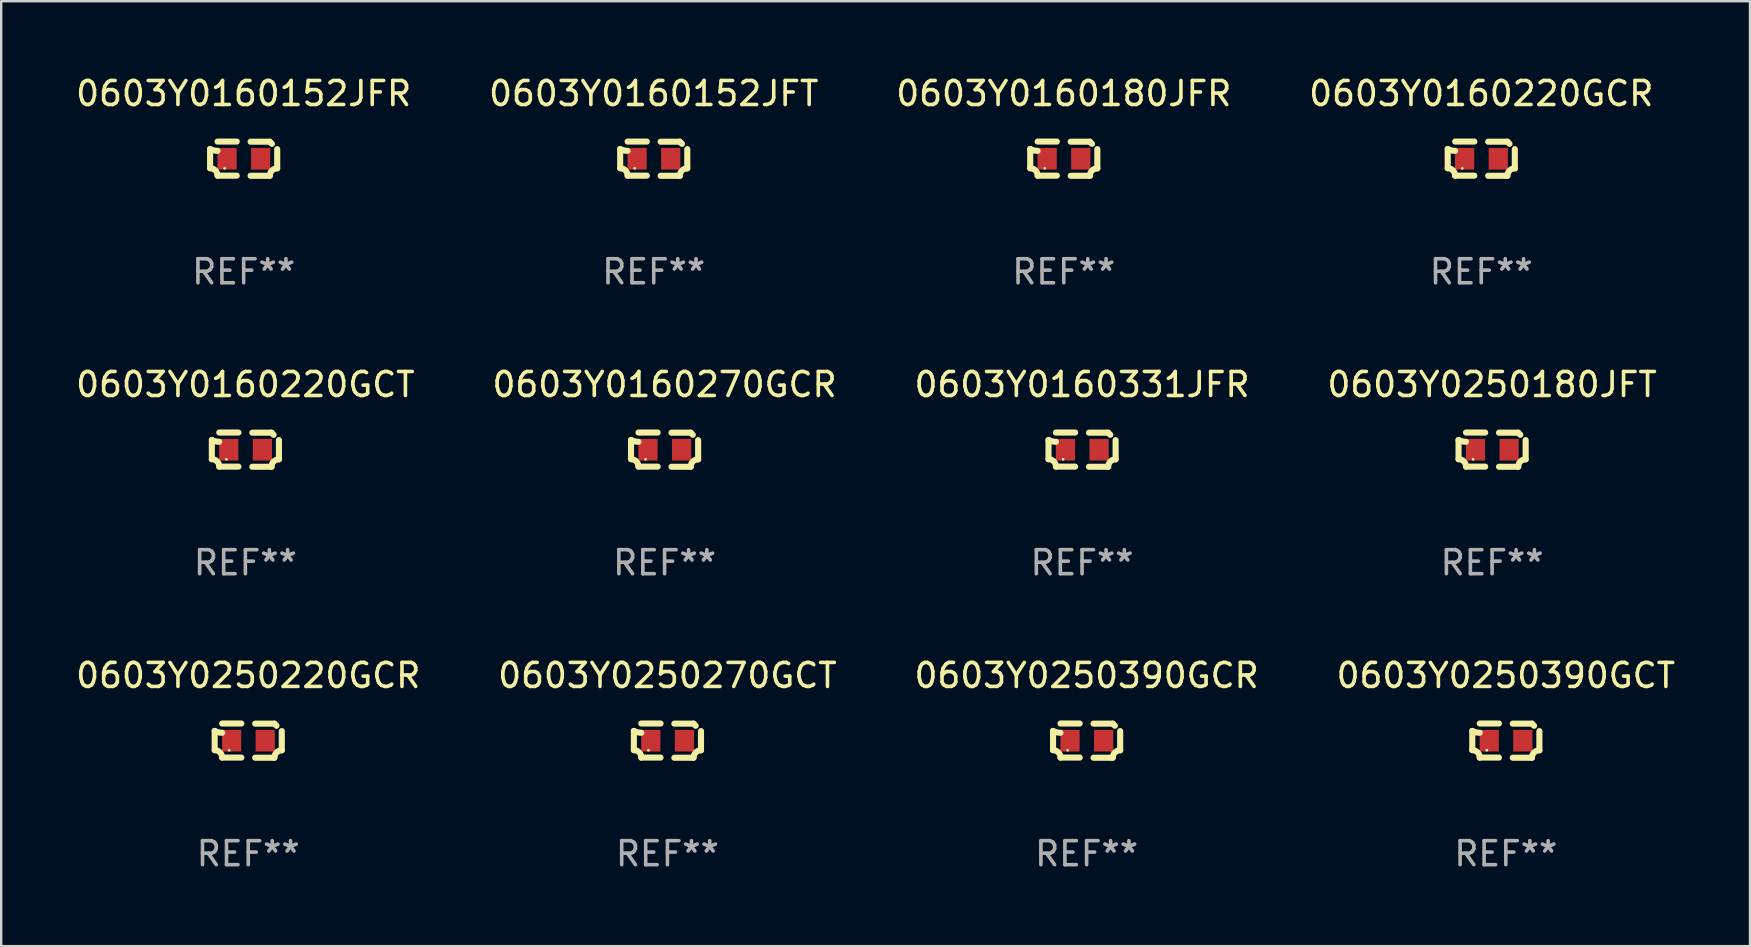
<source format=kicad_pcb>
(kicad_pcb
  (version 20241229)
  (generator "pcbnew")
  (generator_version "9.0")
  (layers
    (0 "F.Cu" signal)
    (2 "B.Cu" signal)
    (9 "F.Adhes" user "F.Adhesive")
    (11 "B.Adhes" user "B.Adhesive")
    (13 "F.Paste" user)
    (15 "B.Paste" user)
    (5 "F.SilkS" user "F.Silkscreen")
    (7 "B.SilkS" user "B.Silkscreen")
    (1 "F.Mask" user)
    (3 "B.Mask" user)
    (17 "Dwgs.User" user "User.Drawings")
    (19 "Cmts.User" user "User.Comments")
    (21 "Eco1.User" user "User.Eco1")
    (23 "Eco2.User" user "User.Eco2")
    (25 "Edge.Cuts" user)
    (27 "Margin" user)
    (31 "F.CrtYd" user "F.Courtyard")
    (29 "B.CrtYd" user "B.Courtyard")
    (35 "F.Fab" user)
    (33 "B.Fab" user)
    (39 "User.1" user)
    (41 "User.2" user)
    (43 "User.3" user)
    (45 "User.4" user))
  (footprint "0603Y0250390GCT"
    (layer "F.Cu")
    (at 59.685 27.805)
    (property "Reference" "0603Y0250390GCT" (at 0 -2.713 0) (layer "F.SilkS") (effects (font (size 1 1) (thickness 0.15))))
    (attr through_hole)
    (fp_line (start -1.398 -0.403) (end -1.398 0.397) (stroke (width 0.254) (type solid)) (layer "F.SilkS"))
    (fp_line (start -0.288 -0.713) (end -1.088 -0.713) (stroke (width 0.254) (type solid)) (layer "F.SilkS"))
    (fp_line (start -0.288 0.707) (end -1.088 0.707) (stroke (width 0.254) (type solid)) (layer "F.SilkS"))
    (fp_line (start 0.288 -0.707) (end 1.088 -0.707) (stroke (width 0.254) (type solid)) (layer "F.SilkS"))
    (fp_line (start 0.288 0.713) (end 1.088 0.713) (stroke (width 0.254) (type solid)) (layer "F.SilkS"))
    (fp_line (start 1.398 -0.397) (end 1.398 0.403) (stroke (width 0.254) (type solid)) (layer "F.SilkS"))
    (fp_arc (start -1.397789 0.397066) (mid -1.178701 0.487826) (end -1.08796 0.706922) (stroke (width 0.254001) (type solid)) (layer "F.SilkS"))
    (fp_arc (start -1.08796 -0.327176) (mid -1.247436 -0.346384) (end -1.39779 -0.402908) (stroke (width 0.254001) (type solid)) (layer "F.SilkS"))
    (fp_arc (start 1.087909 0.712738) (mid 1.178656 0.493655) (end 1.397739 0.402908) (stroke (width 0.254001) (type solid)) (layer "F.SilkS"))
    (fp_arc (start 1.175925 -0.618926) (mid 1.131917 -0.662923) (end 1.08791 -0.706922) (stroke (width 0.254001) (type solid)) (layer "F.SilkS"))
    (fp_circle (center -0.792 0.403) (end -0.762 0.403) (stroke (width 0.06) (type solid)) (fill no) (layer "F.SilkS"))
    (fp_text user "REF**" (at 0 4.713 0) (layer "F.Fab") (effects (font (size 1 1) (thickness 0.15))))
    (pad "1" smd rect (at -0.692 0.003) (size 0.8 0.9) (layers "F.Cu" "F.Mask" "F.Paste"))
    (pad "2" smd rect (at 0.708 0.003) (size 0.8 0.9) (layers "F.Cu" "F.Mask" "F.Paste")))
  (footprint "0603Y0160270GCR"
    (layer "F.Cu")
    (at 24.637 15.683)
    (property "Reference" "0603Y0160270GCR" (at 0 -2.713 0) (layer "F.SilkS") (effects (font (size 1 1) (thickness 0.15))))
    (attr through_hole)
    (fp_line (start -1.398 -0.403) (end -1.398 0.397) (stroke (width 0.254) (type solid)) (layer "F.SilkS"))
    (fp_line (start -0.288 -0.713) (end -1.088 -0.713) (stroke (width 0.254) (type solid)) (layer "F.SilkS"))
    (fp_line (start -0.288 0.707) (end -1.088 0.707) (stroke (width 0.254) (type solid)) (layer "F.SilkS"))
    (fp_line (start 0.288 -0.707) (end 1.088 -0.707) (stroke (width 0.254) (type solid)) (layer "F.SilkS"))
    (fp_line (start 0.288 0.713) (end 1.088 0.713) (stroke (width 0.254) (type solid)) (layer "F.SilkS"))
    (fp_line (start 1.398 -0.397) (end 1.398 0.403) (stroke (width 0.254) (type solid)) (layer "F.SilkS"))
    (fp_arc (start -1.397789 0.397066) (mid -1.178701 0.487826) (end -1.08796 0.706922) (stroke (width 0.254001) (type solid)) (layer "F.SilkS"))
    (fp_arc (start -1.08796 -0.327176) (mid -1.247436 -0.346384) (end -1.39779 -0.402908) (stroke (width 0.254001) (type solid)) (layer "F.SilkS"))
    (fp_arc (start 1.087909 0.712738) (mid 1.178656 0.493655) (end 1.397739 0.402908) (stroke (width 0.254001) (type solid)) (layer "F.SilkS"))
    (fp_arc (start 1.175925 -0.618926) (mid 1.131917 -0.662923) (end 1.08791 -0.706922) (stroke (width 0.254001) (type solid)) (layer "F.SilkS"))
    (fp_circle (center -0.792 0.403) (end -0.762 0.403) (stroke (width 0.06) (type solid)) (fill no) (layer "F.SilkS"))
    (fp_text user "REF**" (at 0 4.713 0) (layer "F.Fab") (effects (font (size 1 1) (thickness 0.15))))
    (pad "1" smd rect (at -0.692 0.003) (size 0.8 0.9) (layers "F.Cu" "F.Mask" "F.Paste"))
    (pad "2" smd rect (at 0.708 0.003) (size 0.8 0.9) (layers "F.Cu" "F.Mask" "F.Paste")))
  (footprint "0603Y0250180JFT"
    (layer "F.Cu")
    (at 59.113 15.683)
    (property "Reference" "0603Y0250180JFT" (at 0 -2.713 0) (layer "F.SilkS") (effects (font (size 1 1) (thickness 0.15))))
    (attr through_hole)
    (fp_line (start -1.398 -0.403) (end -1.398 0.397) (stroke (width 0.254) (type solid)) (layer "F.SilkS"))
    (fp_line (start -0.288 -0.713) (end -1.088 -0.713) (stroke (width 0.254) (type solid)) (layer "F.SilkS"))
    (fp_line (start -0.288 0.707) (end -1.088 0.707) (stroke (width 0.254) (type solid)) (layer "F.SilkS"))
    (fp_line (start 0.288 -0.707) (end 1.088 -0.707) (stroke (width 0.254) (type solid)) (layer "F.SilkS"))
    (fp_line (start 0.288 0.713) (end 1.088 0.713) (stroke (width 0.254) (type solid)) (layer "F.SilkS"))
    (fp_line (start 1.398 -0.397) (end 1.398 0.403) (stroke (width 0.254) (type solid)) (layer "F.SilkS"))
    (fp_arc (start -1.397789 0.397066) (mid -1.178701 0.487826) (end -1.08796 0.706922) (stroke (width 0.254001) (type solid)) (layer "F.SilkS"))
    (fp_arc (start -1.08796 -0.327176) (mid -1.247436 -0.346384) (end -1.39779 -0.402908) (stroke (width 0.254001) (type solid)) (layer "F.SilkS"))
    (fp_arc (start 1.087909 0.712738) (mid 1.178656 0.493655) (end 1.397739 0.402908) (stroke (width 0.254001) (type solid)) (layer "F.SilkS"))
    (fp_arc (start 1.175925 -0.618926) (mid 1.131917 -0.662923) (end 1.08791 -0.706922) (stroke (width 0.254001) (type solid)) (layer "F.SilkS"))
    (fp_circle (center -0.792 0.403) (end -0.762 0.403) (stroke (width 0.06) (type solid)) (fill no) (layer "F.SilkS"))
    (fp_text user "REF**" (at 0 4.713 0) (layer "F.Fab") (effects (font (size 1 1) (thickness 0.15))))
    (pad "1" smd rect (at -0.692 0.003) (size 0.8 0.9) (layers "F.Cu" "F.Mask" "F.Paste"))
    (pad "2" smd rect (at 0.708 0.003) (size 0.8 0.9) (layers "F.Cu" "F.Mask" "F.Paste")))
  (footprint "0603Y0250390GCR"
    (layer "F.Cu")
    (at 42.22 27.805)
    (property "Reference" "0603Y0250390GCR" (at 0 -2.713 0) (layer "F.SilkS") (effects (font (size 1 1) (thickness 0.15))))
    (attr through_hole)
    (fp_line (start -1.398 -0.403) (end -1.398 0.397) (stroke (width 0.254) (type solid)) (layer "F.SilkS"))
    (fp_line (start -0.288 -0.713) (end -1.088 -0.713) (stroke (width 0.254) (type solid)) (layer "F.SilkS"))
    (fp_line (start -0.288 0.707) (end -1.088 0.707) (stroke (width 0.254) (type solid)) (layer "F.SilkS"))
    (fp_line (start 0.288 -0.707) (end 1.088 -0.707) (stroke (width 0.254) (type solid)) (layer "F.SilkS"))
    (fp_line (start 0.288 0.713) (end 1.088 0.713) (stroke (width 0.254) (type solid)) (layer "F.SilkS"))
    (fp_line (start 1.398 -0.397) (end 1.398 0.403) (stroke (width 0.254) (type solid)) (layer "F.SilkS"))
    (fp_arc (start -1.397789 0.397066) (mid -1.178701 0.487826) (end -1.08796 0.706922) (stroke (width 0.254001) (type solid)) (layer "F.SilkS"))
    (fp_arc (start -1.08796 -0.327176) (mid -1.247436 -0.346384) (end -1.39779 -0.402908) (stroke (width 0.254001) (type solid)) (layer "F.SilkS"))
    (fp_arc (start 1.087909 0.712738) (mid 1.178656 0.493655) (end 1.397739 0.402908) (stroke (width 0.254001) (type solid)) (layer "F.SilkS"))
    (fp_arc (start 1.175925 -0.618926) (mid 1.131917 -0.662923) (end 1.08791 -0.706922) (stroke (width 0.254001) (type solid)) (layer "F.SilkS"))
    (fp_circle (center -0.792 0.403) (end -0.762 0.403) (stroke (width 0.06) (type solid)) (fill no) (layer "F.SilkS"))
    (fp_text user "REF**" (at 0 4.713 0) (layer "F.Fab") (effects (font (size 1 1) (thickness 0.15))))
    (pad "1" smd rect (at -0.692 0.003) (size 0.8 0.9) (layers "F.Cu" "F.Mask" "F.Paste"))
    (pad "2" smd rect (at 0.708 0.003) (size 0.8 0.9) (layers "F.Cu" "F.Mask" "F.Paste")))
  (footprint "0603Y0250270GCT"
    (layer "F.Cu")
    (at 24.756 27.805)
    (property "Reference" "0603Y0250270GCT" (at 0 -2.713 0) (layer "F.SilkS") (effects (font (size 1 1) (thickness 0.15))))
    (attr through_hole)
    (fp_line (start -1.398 -0.403) (end -1.398 0.397) (stroke (width 0.254) (type solid)) (layer "F.SilkS"))
    (fp_line (start -0.288 -0.713) (end -1.088 -0.713) (stroke (width 0.254) (type solid)) (layer "F.SilkS"))
    (fp_line (start -0.288 0.707) (end -1.088 0.707) (stroke (width 0.254) (type solid)) (layer "F.SilkS"))
    (fp_line (start 0.288 -0.707) (end 1.088 -0.707) (stroke (width 0.254) (type solid)) (layer "F.SilkS"))
    (fp_line (start 0.288 0.713) (end 1.088 0.713) (stroke (width 0.254) (type solid)) (layer "F.SilkS"))
    (fp_line (start 1.398 -0.397) (end 1.398 0.403) (stroke (width 0.254) (type solid)) (layer "F.SilkS"))
    (fp_arc (start -1.397789 0.397066) (mid -1.178701 0.487826) (end -1.08796 0.706922) (stroke (width 0.254001) (type solid)) (layer "F.SilkS"))
    (fp_arc (start -1.08796 -0.327176) (mid -1.247436 -0.346384) (end -1.39779 -0.402908) (stroke (width 0.254001) (type solid)) (layer "F.SilkS"))
    (fp_arc (start 1.087909 0.712738) (mid 1.178656 0.493655) (end 1.397739 0.402908) (stroke (width 0.254001) (type solid)) (layer "F.SilkS"))
    (fp_arc (start 1.175925 -0.618926) (mid 1.131917 -0.662923) (end 1.08791 -0.706922) (stroke (width 0.254001) (type solid)) (layer "F.SilkS"))
    (fp_circle (center -0.792 0.403) (end -0.762 0.403) (stroke (width 0.06) (type solid)) (fill no) (layer "F.SilkS"))
    (fp_text user "REF**" (at 0 4.713 0) (layer "F.Fab") (effects (font (size 1 1) (thickness 0.15))))
    (pad "1" smd rect (at -0.692 0.003) (size 0.8 0.9) (layers "F.Cu" "F.Mask" "F.Paste"))
    (pad "2" smd rect (at 0.708 0.003) (size 0.8 0.9) (layers "F.Cu" "F.Mask" "F.Paste")))
  (footprint "0603Y0160180JFR"
    (layer "F.Cu")
    (at 41.268 3.561)
    (property "Reference" "0603Y0160180JFR" (at 0 -2.713 0) (layer "F.SilkS") (effects (font (size 1 1) (thickness 0.15))))
    (attr through_hole)
    (fp_line (start -1.398 -0.403) (end -1.398 0.397) (stroke (width 0.254) (type solid)) (layer "F.SilkS"))
    (fp_line (start -0.288 -0.713) (end -1.088 -0.713) (stroke (width 0.254) (type solid)) (layer "F.SilkS"))
    (fp_line (start -0.288 0.707) (end -1.088 0.707) (stroke (width 0.254) (type solid)) (layer "F.SilkS"))
    (fp_line (start 0.288 -0.707) (end 1.088 -0.707) (stroke (width 0.254) (type solid)) (layer "F.SilkS"))
    (fp_line (start 0.288 0.713) (end 1.088 0.713) (stroke (width 0.254) (type solid)) (layer "F.SilkS"))
    (fp_line (start 1.398 -0.397) (end 1.398 0.403) (stroke (width 0.254) (type solid)) (layer "F.SilkS"))
    (fp_arc (start -1.397789 0.397066) (mid -1.178701 0.487826) (end -1.08796 0.706922) (stroke (width 0.254001) (type solid)) (layer "F.SilkS"))
    (fp_arc (start -1.08796 -0.327176) (mid -1.247436 -0.346384) (end -1.39779 -0.402908) (stroke (width 0.254001) (type solid)) (layer "F.SilkS"))
    (fp_arc (start 1.087909 0.712738) (mid 1.178656 0.493655) (end 1.397739 0.402908) (stroke (width 0.254001) (type solid)) (layer "F.SilkS"))
    (fp_arc (start 1.175925 -0.618926) (mid 1.131917 -0.662923) (end 1.08791 -0.706922) (stroke (width 0.254001) (type solid)) (layer "F.SilkS"))
    (fp_circle (center -0.792 0.403) (end -0.762 0.403) (stroke (width 0.06) (type solid)) (fill no) (layer "F.SilkS"))
    (fp_text user "REF**" (at 0 4.713 0) (layer "F.Fab") (effects (font (size 1 1) (thickness 0.15))))
    (pad "1" smd rect (at -0.692 0.003) (size 0.8 0.9) (layers "F.Cu" "F.Mask" "F.Paste"))
    (pad "2" smd rect (at 0.708 0.003) (size 0.8 0.9) (layers "F.Cu" "F.Mask" "F.Paste")))
  (footprint "0603Y0250220GCR"
    (layer "F.Cu")
    (at 7.292 27.805)
    (property "Reference" "0603Y0250220GCR" (at 0 -2.713 0) (layer "F.SilkS") (effects (font (size 1 1) (thickness 0.15))))
    (attr through_hole)
    (fp_line (start -1.398 -0.403) (end -1.398 0.397) (stroke (width 0.254) (type solid)) (layer "F.SilkS"))
    (fp_line (start -0.288 -0.713) (end -1.088 -0.713) (stroke (width 0.254) (type solid)) (layer "F.SilkS"))
    (fp_line (start -0.288 0.707) (end -1.088 0.707) (stroke (width 0.254) (type solid)) (layer "F.SilkS"))
    (fp_line (start 0.288 -0.707) (end 1.088 -0.707) (stroke (width 0.254) (type solid)) (layer "F.SilkS"))
    (fp_line (start 0.288 0.713) (end 1.088 0.713) (stroke (width 0.254) (type solid)) (layer "F.SilkS"))
    (fp_line (start 1.398 -0.397) (end 1.398 0.403) (stroke (width 0.254) (type solid)) (layer "F.SilkS"))
    (fp_arc (start -1.397789 0.397066) (mid -1.178701 0.487826) (end -1.08796 0.706922) (stroke (width 0.254001) (type solid)) (layer "F.SilkS"))
    (fp_arc (start -1.08796 -0.327176) (mid -1.247436 -0.346384) (end -1.39779 -0.402908) (stroke (width 0.254001) (type solid)) (layer "F.SilkS"))
    (fp_arc (start 1.087909 0.712738) (mid 1.178656 0.493655) (end 1.397739 0.402908) (stroke (width 0.254001) (type solid)) (layer "F.SilkS"))
    (fp_arc (start 1.175925 -0.618926) (mid 1.131917 -0.662923) (end 1.08791 -0.706922) (stroke (width 0.254001) (type solid)) (layer "F.SilkS"))
    (fp_circle (center -0.792 0.403) (end -0.762 0.403) (stroke (width 0.06) (type solid)) (fill no) (layer "F.SilkS"))
    (fp_text user "REF**" (at 0 4.713 0) (layer "F.Fab") (effects (font (size 1 1) (thickness 0.15))))
    (pad "1" smd rect (at -0.692 0.003) (size 0.8 0.9) (layers "F.Cu" "F.Mask" "F.Paste"))
    (pad "2" smd rect (at 0.708 0.003) (size 0.8 0.9) (layers "F.Cu" "F.Mask" "F.Paste")))
  (footprint "0603Y0160331JFR"
    (layer "F.Cu")
    (at 42.03 15.683)
    (property "Reference" "0603Y0160331JFR" (at 0 -2.713 0) (layer "F.SilkS") (effects (font (size 1 1) (thickness 0.15))))
    (attr through_hole)
    (fp_line (start -1.398 -0.403) (end -1.398 0.397) (stroke (width 0.254) (type solid)) (layer "F.SilkS"))
    (fp_line (start -0.288 -0.713) (end -1.088 -0.713) (stroke (width 0.254) (type solid)) (layer "F.SilkS"))
    (fp_line (start -0.288 0.707) (end -1.088 0.707) (stroke (width 0.254) (type solid)) (layer "F.SilkS"))
    (fp_line (start 0.288 -0.707) (end 1.088 -0.707) (stroke (width 0.254) (type solid)) (layer "F.SilkS"))
    (fp_line (start 0.288 0.713) (end 1.088 0.713) (stroke (width 0.254) (type solid)) (layer "F.SilkS"))
    (fp_line (start 1.398 -0.397) (end 1.398 0.403) (stroke (width 0.254) (type solid)) (layer "F.SilkS"))
    (fp_arc (start -1.397789 0.397066) (mid -1.178701 0.487826) (end -1.08796 0.706922) (stroke (width 0.254001) (type solid)) (layer "F.SilkS"))
    (fp_arc (start -1.08796 -0.327176) (mid -1.247436 -0.346384) (end -1.39779 -0.402908) (stroke (width 0.254001) (type solid)) (layer "F.SilkS"))
    (fp_arc (start 1.087909 0.712738) (mid 1.178656 0.493655) (end 1.397739 0.402908) (stroke (width 0.254001) (type solid)) (layer "F.SilkS"))
    (fp_arc (start 1.175925 -0.618926) (mid 1.131917 -0.662923) (end 1.08791 -0.706922) (stroke (width 0.254001) (type solid)) (layer "F.SilkS"))
    (fp_circle (center -0.792 0.403) (end -0.762 0.403) (stroke (width 0.06) (type solid)) (fill no) (layer "F.SilkS"))
    (fp_text user "REF**" (at 0 4.713 0) (layer "F.Fab") (effects (font (size 1 1) (thickness 0.15))))
    (pad "1" smd rect (at -0.692 0.003) (size 0.8 0.9) (layers "F.Cu" "F.Mask" "F.Paste"))
    (pad "2" smd rect (at 0.708 0.003) (size 0.8 0.9) (layers "F.Cu" "F.Mask" "F.Paste")))
  (footprint "0603Y0160152JFR"
    (layer "F.Cu")
    (at 7.101 3.561)
    (property "Reference" "0603Y0160152JFR" (at 0 -2.713 0) (layer "F.SilkS") (effects (font (size 1 1) (thickness 0.15))))
    (attr through_hole)
    (fp_line (start -1.398 -0.403) (end -1.398 0.397) (stroke (width 0.254) (type solid)) (layer "F.SilkS"))
    (fp_line (start -0.288 -0.713) (end -1.088 -0.713) (stroke (width 0.254) (type solid)) (layer "F.SilkS"))
    (fp_line (start -0.288 0.707) (end -1.088 0.707) (stroke (width 0.254) (type solid)) (layer "F.SilkS"))
    (fp_line (start 0.288 -0.707) (end 1.088 -0.707) (stroke (width 0.254) (type solid)) (layer "F.SilkS"))
    (fp_line (start 0.288 0.713) (end 1.088 0.713) (stroke (width 0.254) (type solid)) (layer "F.SilkS"))
    (fp_line (start 1.398 -0.397) (end 1.398 0.403) (stroke (width 0.254) (type solid)) (layer "F.SilkS"))
    (fp_arc (start -1.397789 0.397066) (mid -1.178701 0.487826) (end -1.08796 0.706922) (stroke (width 0.254001) (type solid)) (layer "F.SilkS"))
    (fp_arc (start -1.08796 -0.327176) (mid -1.247436 -0.346384) (end -1.39779 -0.402908) (stroke (width 0.254001) (type solid)) (layer "F.SilkS"))
    (fp_arc (start 1.087909 0.712738) (mid 1.178656 0.493655) (end 1.397739 0.402908) (stroke (width 0.254001) (type solid)) (layer "F.SilkS"))
    (fp_arc (start 1.175925 -0.618926) (mid 1.131917 -0.662923) (end 1.08791 -0.706922) (stroke (width 0.254001) (type solid)) (layer "F.SilkS"))
    (fp_circle (center -0.792 0.403) (end -0.762 0.403) (stroke (width 0.06) (type solid)) (fill no) (layer "F.SilkS"))
    (fp_text user "REF**" (at 0 4.713 0) (layer "F.Fab") (effects (font (size 1 1) (thickness 0.15))))
    (pad "1" smd rect (at -0.692 0.003) (size 0.8 0.9) (layers "F.Cu" "F.Mask" "F.Paste"))
    (pad "2" smd rect (at 0.708 0.003) (size 0.8 0.9) (layers "F.Cu" "F.Mask" "F.Paste")))
  (footprint "0603Y0160152JFT"
    (layer "F.Cu")
    (at 24.185 3.561)
    (property "Reference" "0603Y0160152JFT" (at 0 -2.713 0) (layer "F.SilkS") (effects (font (size 1 1) (thickness 0.15))))
    (attr through_hole)
    (fp_line (start -1.398 -0.403) (end -1.398 0.397) (stroke (width 0.254) (type solid)) (layer "F.SilkS"))
    (fp_line (start -0.288 -0.713) (end -1.088 -0.713) (stroke (width 0.254) (type solid)) (layer "F.SilkS"))
    (fp_line (start -0.288 0.707) (end -1.088 0.707) (stroke (width 0.254) (type solid)) (layer "F.SilkS"))
    (fp_line (start 0.288 -0.707) (end 1.088 -0.707) (stroke (width 0.254) (type solid)) (layer "F.SilkS"))
    (fp_line (start 0.288 0.713) (end 1.088 0.713) (stroke (width 0.254) (type solid)) (layer "F.SilkS"))
    (fp_line (start 1.398 -0.397) (end 1.398 0.403) (stroke (width 0.254) (type solid)) (layer "F.SilkS"))
    (fp_arc (start -1.397789 0.397066) (mid -1.178701 0.487826) (end -1.08796 0.706922) (stroke (width 0.254001) (type solid)) (layer "F.SilkS"))
    (fp_arc (start -1.08796 -0.327176) (mid -1.247436 -0.346384) (end -1.39779 -0.402908) (stroke (width 0.254001) (type solid)) (layer "F.SilkS"))
    (fp_arc (start 1.087909 0.712738) (mid 1.178656 0.493655) (end 1.397739 0.402908) (stroke (width 0.254001) (type solid)) (layer "F.SilkS"))
    (fp_arc (start 1.175925 -0.618926) (mid 1.131917 -0.662923) (end 1.08791 -0.706922) (stroke (width 0.254001) (type solid)) (layer "F.SilkS"))
    (fp_circle (center -0.792 0.403) (end -0.762 0.403) (stroke (width 0.06) (type solid)) (fill no) (layer "F.SilkS"))
    (fp_text user "REF**" (at 0 4.713 0) (layer "F.Fab") (effects (font (size 1 1) (thickness 0.15))))
    (pad "1" smd rect (at -0.692 0.003) (size 0.8 0.9) (layers "F.Cu" "F.Mask" "F.Paste"))
    (pad "2" smd rect (at 0.708 0.003) (size 0.8 0.9) (layers "F.Cu" "F.Mask" "F.Paste")))
  (footprint "0603Y0160220GCR"
    (layer "F.Cu")
    (at 58.661 3.561)
    (property "Reference" "0603Y0160220GCR" (at 0 -2.713 0) (layer "F.SilkS") (effects (font (size 1 1) (thickness 0.15))))
    (attr through_hole)
    (fp_line (start -1.398 -0.403) (end -1.398 0.397) (stroke (width 0.254) (type solid)) (layer "F.SilkS"))
    (fp_line (start -0.288 -0.713) (end -1.088 -0.713) (stroke (width 0.254) (type solid)) (layer "F.SilkS"))
    (fp_line (start -0.288 0.707) (end -1.088 0.707) (stroke (width 0.254) (type solid)) (layer "F.SilkS"))
    (fp_line (start 0.288 -0.707) (end 1.088 -0.707) (stroke (width 0.254) (type solid)) (layer "F.SilkS"))
    (fp_line (start 0.288 0.713) (end 1.088 0.713) (stroke (width 0.254) (type solid)) (layer "F.SilkS"))
    (fp_line (start 1.398 -0.397) (end 1.398 0.403) (stroke (width 0.254) (type solid)) (layer "F.SilkS"))
    (fp_arc (start -1.397789 0.397066) (mid -1.178701 0.487826) (end -1.08796 0.706922) (stroke (width 0.254001) (type solid)) (layer "F.SilkS"))
    (fp_arc (start -1.08796 -0.327176) (mid -1.247436 -0.346384) (end -1.39779 -0.402908) (stroke (width 0.254001) (type solid)) (layer "F.SilkS"))
    (fp_arc (start 1.087909 0.712738) (mid 1.178656 0.493655) (end 1.397739 0.402908) (stroke (width 0.254001) (type solid)) (layer "F.SilkS"))
    (fp_arc (start 1.175925 -0.618926) (mid 1.131917 -0.662923) (end 1.08791 -0.706922) (stroke (width 0.254001) (type solid)) (layer "F.SilkS"))
    (fp_circle (center -0.792 0.403) (end -0.762 0.403) (stroke (width 0.06) (type solid)) (fill no) (layer "F.SilkS"))
    (fp_text user "REF**" (at 0 4.713 0) (layer "F.Fab") (effects (font (size 1 1) (thickness 0.15))))
    (pad "1" smd rect (at -0.692 0.003) (size 0.8 0.9) (layers "F.Cu" "F.Mask" "F.Paste"))
    (pad "2" smd rect (at 0.708 0.003) (size 0.8 0.9) (layers "F.Cu" "F.Mask" "F.Paste")))
  (footprint "0603Y0160220GCT"
    (layer "F.Cu")
    (at 7.173 15.683)
    (property "Reference" "0603Y0160220GCT" (at 0 -2.713 0) (layer "F.SilkS") (effects (font (size 1 1) (thickness 0.15))))
    (attr through_hole)
    (fp_line (start -1.398 -0.403) (end -1.398 0.397) (stroke (width 0.254) (type solid)) (layer "F.SilkS"))
    (fp_line (start -0.288 -0.713) (end -1.088 -0.713) (stroke (width 0.254) (type solid)) (layer "F.SilkS"))
    (fp_line (start -0.288 0.707) (end -1.088 0.707) (stroke (width 0.254) (type solid)) (layer "F.SilkS"))
    (fp_line (start 0.288 -0.707) (end 1.088 -0.707) (stroke (width 0.254) (type solid)) (layer "F.SilkS"))
    (fp_line (start 0.288 0.713) (end 1.088 0.713) (stroke (width 0.254) (type solid)) (layer "F.SilkS"))
    (fp_line (start 1.398 -0.397) (end 1.398 0.403) (stroke (width 0.254) (type solid)) (layer "F.SilkS"))
    (fp_arc (start -1.397789 0.397066) (mid -1.178701 0.487826) (end -1.08796 0.706922) (stroke (width 0.254001) (type solid)) (layer "F.SilkS"))
    (fp_arc (start -1.08796 -0.327176) (mid -1.247436 -0.346384) (end -1.39779 -0.402908) (stroke (width 0.254001) (type solid)) (layer "F.SilkS"))
    (fp_arc (start 1.087909 0.712738) (mid 1.178656 0.493655) (end 1.397739 0.402908) (stroke (width 0.254001) (type solid)) (layer "F.SilkS"))
    (fp_arc (start 1.175925 -0.618926) (mid 1.131917 -0.662923) (end 1.08791 -0.706922) (stroke (width 0.254001) (type solid)) (layer "F.SilkS"))
    (fp_circle (center -0.792 0.403) (end -0.762 0.403) (stroke (width 0.06) (type solid)) (fill no) (layer "F.SilkS"))
    (fp_text user "REF**" (at 0 4.713 0) (layer "F.Fab") (effects (font (size 1 1) (thickness 0.15))))
    (pad "1" smd rect (at -0.692 0.003) (size 0.8 0.9) (layers "F.Cu" "F.Mask" "F.Paste"))
    (pad "2" smd rect (at 0.708 0.003) (size 0.8 0.9) (layers "F.Cu" "F.Mask" "F.Paste")))
  (gr_rect
    (start -3 -3)
    (end 69.857 36.366)
    (stroke (width 0.1) (type default))
    (fill no)
    (layer "Edge.Cuts")))
</source>
